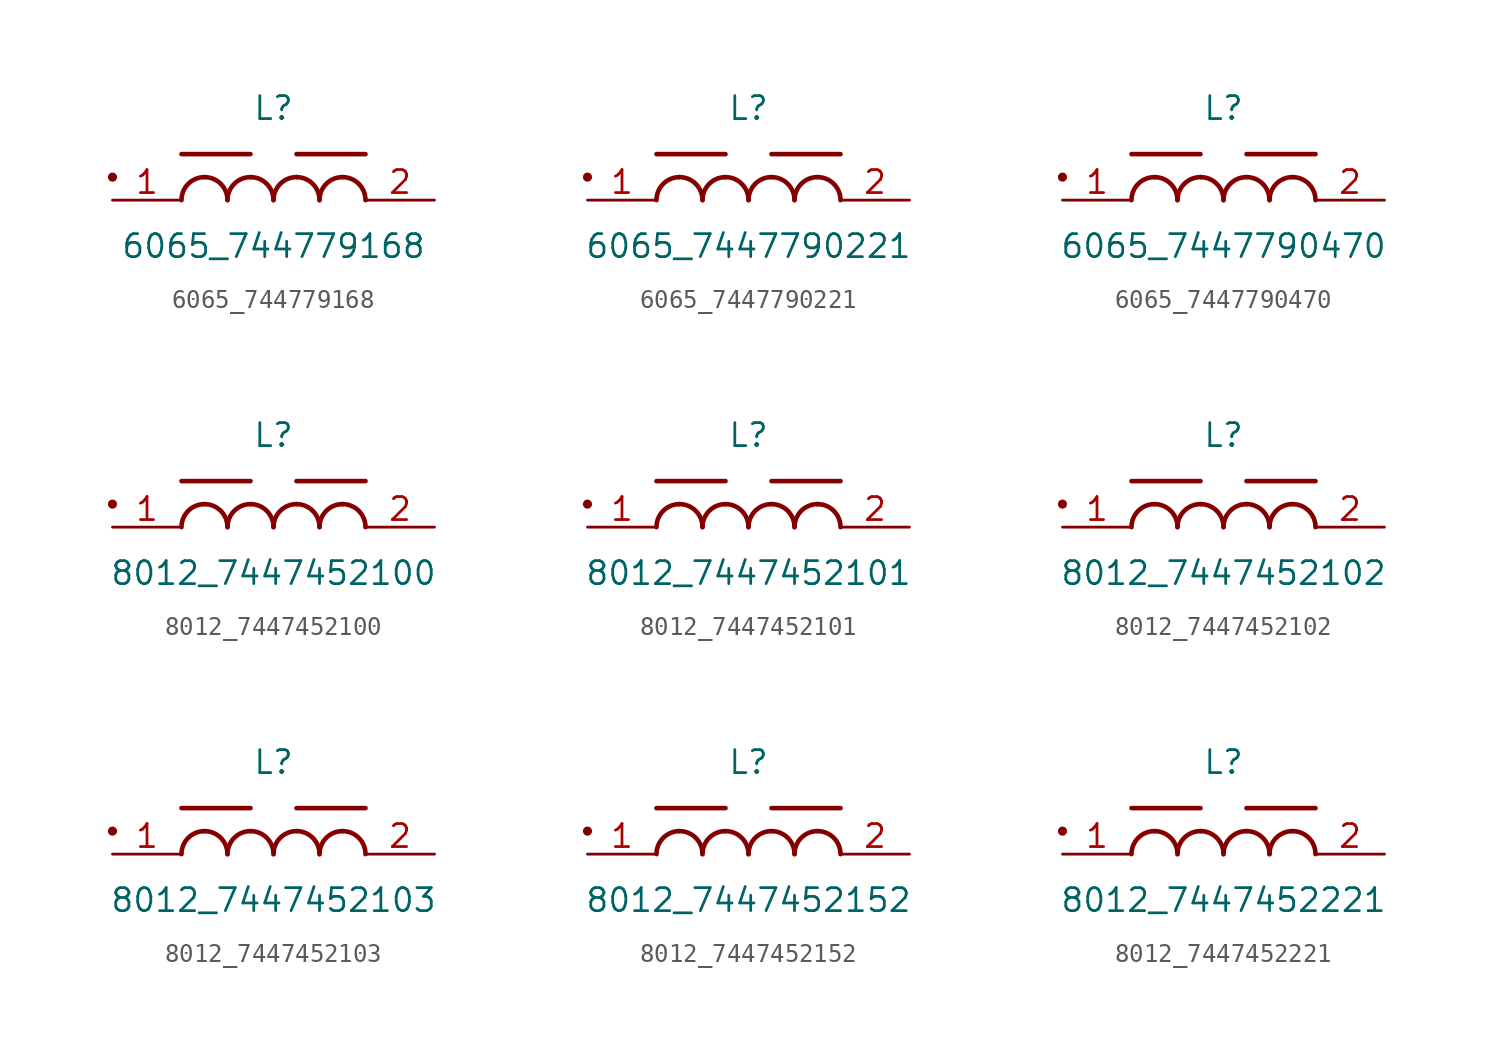
<source format=kicad_sym>
(kicad_symbol_lib
  (version 20211014)
  (generator kicad_symbol_editor)
  (symbol "Inductor_Wurth_WE-TI:6065_744779168"
    (pin_names hide)
    (property "Reference" "L"
      (at 0 5.08 0)
      (effects (font (size 1.27 1.27))))
    (property "Value" "6065_744779168"
      (at 0 -2.54 0)
      (effects (font (size 1.27 1.27))))
    (symbol "6065_744779168_0_1"
      (circle (center -8.89 1.27) (radius 0.0001) (stroke (width 0.254)) (stroke (width 0.254) (type default) (color 0 0 0 0)) (fill (type none)))
      (arc (start -3.81 1.27) (mid -4.708 0.898) (end -5.08 0) (stroke (width 0.254) (type default) (color 0 0 0 0)) (fill (type none)))
      (arc (start -2.54 0) (mid -2.912 0.898) (end -3.81 1.27) (stroke (width 0.254) (type default) (color 0 0 0 0)) (fill (type none)))
      (arc (start -1.2699 1.2701) (mid -2.1679 0.8981) (end -2.5399 0.0001) (stroke (width 0.254) (type default) (color 0 0 0 0)) (fill (type none)))
      (polyline (pts (xy -5.08 2.54) (xy -1.27 2.54)) (stroke (width 0.254) (type default) (color 0 0 0 0)) (fill (type none)))
      (polyline (pts (xy 5.08 2.54) (xy 1.27 2.54)) (stroke (width 0.254) (type default) (color 0 0 0 0)) (fill (type none)))
      (arc (start 0.0001 0.0001) (mid -0.3719 0.8981) (end -1.2699 1.2701) (stroke (width 0.254) (type default) (color 0 0 0 0)) (fill (type none)))
      (arc (start 1.2701 1.2701) (mid 0.3721 0.8981) (end 0.0001 0.0001) (stroke (width 0.254) (type default) (color 0 0 0 0)) (fill (type none)))
      (arc (start 2.5401 0.0001) (mid 2.1681 0.8981) (end 1.2701 1.2701) (stroke (width 0.254) (type default) (color 0 0 0 0)) (fill (type none)))
      (arc (start 3.8101 1.2701) (mid 2.9121 0.8981) (end 2.5401 0.0001) (stroke (width 0.254) (type default) (color 0 0 0 0)) (fill (type none)))
      (arc (start 5.0801 0.0001) (mid 4.7081 0.8981) (end 3.8101 1.2701) (stroke (width 0.254) (type default) (color 0 0 0 0)) (fill (type none))))
    (symbol "6065_744779168_1_1"
      (pin passive line (at -8.89 0 0) (length 3.81) (name "1" (effects (font (size 1.27 1.27)))) (number "1" (effects (font (size 1.27 1.27)))))
      (pin passive line (at 8.89 0 180) (length 3.81) (name "2" (effects (font (size 1.27 1.27)))) (number "2" (effects (font (size 1.27 1.27)))))))
  (symbol "Inductor_Wurth_WE-TI:6065_7447790221"
    (pin_names hide)
    (property "Reference" "L"
      (at 0 5.08 0)
      (effects (font (size 1.27 1.27))))
    (property "Value" "6065_7447790221"
      (at 0 -2.54 0)
      (effects (font (size 1.27 1.27))))
    (symbol "6065_7447790221_0_1"
      (circle (center -8.89 1.27) (radius 0.0001) (stroke (width 0.254)) (stroke (width 0.254) (type default) (color 0 0 0 0)) (fill (type none)))
      (arc (start -3.81 1.27) (mid -4.708 0.898) (end -5.08 0) (stroke (width 0.254) (type default) (color 0 0 0 0)) (fill (type none)))
      (arc (start -2.54 0) (mid -2.912 0.898) (end -3.81 1.27) (stroke (width 0.254) (type default) (color 0 0 0 0)) (fill (type none)))
      (arc (start -1.2699 1.2701) (mid -2.1679 0.8981) (end -2.5399 0.0001) (stroke (width 0.254) (type default) (color 0 0 0 0)) (fill (type none)))
      (polyline (pts (xy -5.08 2.54) (xy -1.27 2.54)) (stroke (width 0.254) (type default) (color 0 0 0 0)) (fill (type none)))
      (polyline (pts (xy 5.08 2.54) (xy 1.27 2.54)) (stroke (width 0.254) (type default) (color 0 0 0 0)) (fill (type none)))
      (arc (start 0.0001 0.0001) (mid -0.3719 0.8981) (end -1.2699 1.2701) (stroke (width 0.254) (type default) (color 0 0 0 0)) (fill (type none)))
      (arc (start 1.2701 1.2701) (mid 0.3721 0.8981) (end 0.0001 0.0001) (stroke (width 0.254) (type default) (color 0 0 0 0)) (fill (type none)))
      (arc (start 2.5401 0.0001) (mid 2.1681 0.8981) (end 1.2701 1.2701) (stroke (width 0.254) (type default) (color 0 0 0 0)) (fill (type none)))
      (arc (start 3.8101 1.2701) (mid 2.9121 0.8981) (end 2.5401 0.0001) (stroke (width 0.254) (type default) (color 0 0 0 0)) (fill (type none)))
      (arc (start 5.0801 0.0001) (mid 4.7081 0.8981) (end 3.8101 1.2701) (stroke (width 0.254) (type default) (color 0 0 0 0)) (fill (type none))))
    (symbol "6065_7447790221_1_1"
      (pin passive line (at -8.89 0 0) (length 3.81) (name "1" (effects (font (size 1.27 1.27)))) (number "1" (effects (font (size 1.27 1.27)))))
      (pin passive line (at 8.89 0 180) (length 3.81) (name "2" (effects (font (size 1.27 1.27)))) (number "2" (effects (font (size 1.27 1.27)))))))
  (symbol "Inductor_Wurth_WE-TI:6065_7447790470"
    (pin_names hide)
    (property "Reference" "L"
      (at 0 5.08 0)
      (effects (font (size 1.27 1.27))))
    (property "Value" "6065_7447790470"
      (at 0 -2.54 0)
      (effects (font (size 1.27 1.27))))
    (symbol "6065_7447790470_0_1"
      (circle (center -8.89 1.27) (radius 0.0001) (stroke (width 0.254)) (stroke (width 0.254) (type default) (color 0 0 0 0)) (fill (type none)))
      (arc (start -3.81 1.27) (mid -4.708 0.898) (end -5.08 0) (stroke (width 0.254) (type default) (color 0 0 0 0)) (fill (type none)))
      (arc (start -2.54 0) (mid -2.912 0.898) (end -3.81 1.27) (stroke (width 0.254) (type default) (color 0 0 0 0)) (fill (type none)))
      (arc (start -1.2699 1.2701) (mid -2.1679 0.8981) (end -2.5399 0.0001) (stroke (width 0.254) (type default) (color 0 0 0 0)) (fill (type none)))
      (polyline (pts (xy -5.08 2.54) (xy -1.27 2.54)) (stroke (width 0.254) (type default) (color 0 0 0 0)) (fill (type none)))
      (polyline (pts (xy 5.08 2.54) (xy 1.27 2.54)) (stroke (width 0.254) (type default) (color 0 0 0 0)) (fill (type none)))
      (arc (start 0.0001 0.0001) (mid -0.3719 0.8981) (end -1.2699 1.2701) (stroke (width 0.254) (type default) (color 0 0 0 0)) (fill (type none)))
      (arc (start 1.2701 1.2701) (mid 0.3721 0.8981) (end 0.0001 0.0001) (stroke (width 0.254) (type default) (color 0 0 0 0)) (fill (type none)))
      (arc (start 2.5401 0.0001) (mid 2.1681 0.8981) (end 1.2701 1.2701) (stroke (width 0.254) (type default) (color 0 0 0 0)) (fill (type none)))
      (arc (start 3.8101 1.2701) (mid 2.9121 0.8981) (end 2.5401 0.0001) (stroke (width 0.254) (type default) (color 0 0 0 0)) (fill (type none)))
      (arc (start 5.0801 0.0001) (mid 4.7081 0.8981) (end 3.8101 1.2701) (stroke (width 0.254) (type default) (color 0 0 0 0)) (fill (type none))))
    (symbol "6065_7447790470_1_1"
      (pin passive line (at -8.89 0 0) (length 3.81) (name "1" (effects (font (size 1.27 1.27)))) (number "1" (effects (font (size 1.27 1.27)))))
      (pin passive line (at 8.89 0 180) (length 3.81) (name "2" (effects (font (size 1.27 1.27)))) (number "2" (effects (font (size 1.27 1.27)))))))
  (symbol "Inductor_Wurth_WE-TI:8012_7447452100"
    (pin_names hide)
    (property "Reference" "L"
      (at 0 5.08 0)
      (effects (font (size 1.27 1.27))))
    (property "Value" "8012_7447452100"
      (at 0 -2.54 0)
      (effects (font (size 1.27 1.27))))
    (symbol "8012_7447452100_0_1"
      (circle (center -8.89 1.27) (radius 0.0001) (stroke (width 0.254)) (stroke (width 0.254) (type default) (color 0 0 0 0)) (fill (type none)))
      (arc (start -3.81 1.27) (mid -4.708 0.898) (end -5.08 0) (stroke (width 0.254) (type default) (color 0 0 0 0)) (fill (type none)))
      (arc (start -2.54 0) (mid -2.912 0.898) (end -3.81 1.27) (stroke (width 0.254) (type default) (color 0 0 0 0)) (fill (type none)))
      (arc (start -1.2699 1.2701) (mid -2.1679 0.8981) (end -2.5399 0.0001) (stroke (width 0.254) (type default) (color 0 0 0 0)) (fill (type none)))
      (polyline (pts (xy -5.08 2.54) (xy -1.27 2.54)) (stroke (width 0.254) (type default) (color 0 0 0 0)) (fill (type none)))
      (polyline (pts (xy 5.08 2.54) (xy 1.27 2.54)) (stroke (width 0.254) (type default) (color 0 0 0 0)) (fill (type none)))
      (arc (start 0.0001 0.0001) (mid -0.3719 0.8981) (end -1.2699 1.2701) (stroke (width 0.254) (type default) (color 0 0 0 0)) (fill (type none)))
      (arc (start 1.2701 1.2701) (mid 0.3721 0.8981) (end 0.0001 0.0001) (stroke (width 0.254) (type default) (color 0 0 0 0)) (fill (type none)))
      (arc (start 2.5401 0.0001) (mid 2.1681 0.8981) (end 1.2701 1.2701) (stroke (width 0.254) (type default) (color 0 0 0 0)) (fill (type none)))
      (arc (start 3.8101 1.2701) (mid 2.9121 0.8981) (end 2.5401 0.0001) (stroke (width 0.254) (type default) (color 0 0 0 0)) (fill (type none)))
      (arc (start 5.0801 0.0001) (mid 4.7081 0.8981) (end 3.8101 1.2701) (stroke (width 0.254) (type default) (color 0 0 0 0)) (fill (type none))))
    (symbol "8012_7447452100_1_1"
      (pin passive line (at -8.89 0 0) (length 3.81) (name "1" (effects (font (size 1.27 1.27)))) (number "1" (effects (font (size 1.27 1.27)))))
      (pin passive line (at 8.89 0 180) (length 3.81) (name "2" (effects (font (size 1.27 1.27)))) (number "2" (effects (font (size 1.27 1.27)))))))
  (symbol "Inductor_Wurth_WE-TI:8012_7447452101"
    (pin_names hide)
    (property "Reference" "L"
      (at 0 5.08 0)
      (effects (font (size 1.27 1.27))))
    (property "Value" "8012_7447452101"
      (at 0 -2.54 0)
      (effects (font (size 1.27 1.27))))
    (symbol "8012_7447452101_0_1"
      (circle (center -8.89 1.27) (radius 0.0001) (stroke (width 0.254)) (stroke (width 0.254) (type default) (color 0 0 0 0)) (fill (type none)))
      (arc (start -3.81 1.27) (mid -4.708 0.898) (end -5.08 0) (stroke (width 0.254) (type default) (color 0 0 0 0)) (fill (type none)))
      (arc (start -2.54 0) (mid -2.912 0.898) (end -3.81 1.27) (stroke (width 0.254) (type default) (color 0 0 0 0)) (fill (type none)))
      (arc (start -1.2699 1.2701) (mid -2.1679 0.8981) (end -2.5399 0.0001) (stroke (width 0.254) (type default) (color 0 0 0 0)) (fill (type none)))
      (polyline (pts (xy -5.08 2.54) (xy -1.27 2.54)) (stroke (width 0.254) (type default) (color 0 0 0 0)) (fill (type none)))
      (polyline (pts (xy 5.08 2.54) (xy 1.27 2.54)) (stroke (width 0.254) (type default) (color 0 0 0 0)) (fill (type none)))
      (arc (start 0.0001 0.0001) (mid -0.3719 0.8981) (end -1.2699 1.2701) (stroke (width 0.254) (type default) (color 0 0 0 0)) (fill (type none)))
      (arc (start 1.2701 1.2701) (mid 0.3721 0.8981) (end 0.0001 0.0001) (stroke (width 0.254) (type default) (color 0 0 0 0)) (fill (type none)))
      (arc (start 2.5401 0.0001) (mid 2.1681 0.8981) (end 1.2701 1.2701) (stroke (width 0.254) (type default) (color 0 0 0 0)) (fill (type none)))
      (arc (start 3.8101 1.2701) (mid 2.9121 0.8981) (end 2.5401 0.0001) (stroke (width 0.254) (type default) (color 0 0 0 0)) (fill (type none)))
      (arc (start 5.0801 0.0001) (mid 4.7081 0.8981) (end 3.8101 1.2701) (stroke (width 0.254) (type default) (color 0 0 0 0)) (fill (type none))))
    (symbol "8012_7447452101_1_1"
      (pin passive line (at -8.89 0 0) (length 3.81) (name "1" (effects (font (size 1.27 1.27)))) (number "1" (effects (font (size 1.27 1.27)))))
      (pin passive line (at 8.89 0 180) (length 3.81) (name "2" (effects (font (size 1.27 1.27)))) (number "2" (effects (font (size 1.27 1.27)))))))
  (symbol "Inductor_Wurth_WE-TI:8012_7447452102"
    (pin_names hide)
    (property "Reference" "L"
      (at 0 5.08 0)
      (effects (font (size 1.27 1.27))))
    (property "Value" "8012_7447452102"
      (at 0 -2.54 0)
      (effects (font (size 1.27 1.27))))
    (symbol "8012_7447452102_0_1"
      (circle (center -8.89 1.27) (radius 0.0001) (stroke (width 0.254)) (stroke (width 0.254) (type default) (color 0 0 0 0)) (fill (type none)))
      (arc (start -3.81 1.27) (mid -4.708 0.898) (end -5.08 0) (stroke (width 0.254) (type default) (color 0 0 0 0)) (fill (type none)))
      (arc (start -2.54 0) (mid -2.912 0.898) (end -3.81 1.27) (stroke (width 0.254) (type default) (color 0 0 0 0)) (fill (type none)))
      (arc (start -1.2699 1.2701) (mid -2.1679 0.8981) (end -2.5399 0.0001) (stroke (width 0.254) (type default) (color 0 0 0 0)) (fill (type none)))
      (polyline (pts (xy -5.08 2.54) (xy -1.27 2.54)) (stroke (width 0.254) (type default) (color 0 0 0 0)) (fill (type none)))
      (polyline (pts (xy 5.08 2.54) (xy 1.27 2.54)) (stroke (width 0.254) (type default) (color 0 0 0 0)) (fill (type none)))
      (arc (start 0.0001 0.0001) (mid -0.3719 0.8981) (end -1.2699 1.2701) (stroke (width 0.254) (type default) (color 0 0 0 0)) (fill (type none)))
      (arc (start 1.2701 1.2701) (mid 0.3721 0.8981) (end 0.0001 0.0001) (stroke (width 0.254) (type default) (color 0 0 0 0)) (fill (type none)))
      (arc (start 2.5401 0.0001) (mid 2.1681 0.8981) (end 1.2701 1.2701) (stroke (width 0.254) (type default) (color 0 0 0 0)) (fill (type none)))
      (arc (start 3.8101 1.2701) (mid 2.9121 0.8981) (end 2.5401 0.0001) (stroke (width 0.254) (type default) (color 0 0 0 0)) (fill (type none)))
      (arc (start 5.0801 0.0001) (mid 4.7081 0.8981) (end 3.8101 1.2701) (stroke (width 0.254) (type default) (color 0 0 0 0)) (fill (type none))))
    (symbol "8012_7447452102_1_1"
      (pin passive line (at -8.89 0 0) (length 3.81) (name "1" (effects (font (size 1.27 1.27)))) (number "1" (effects (font (size 1.27 1.27)))))
      (pin passive line (at 8.89 0 180) (length 3.81) (name "2" (effects (font (size 1.27 1.27)))) (number "2" (effects (font (size 1.27 1.27)))))))
  (symbol "Inductor_Wurth_WE-TI:8012_7447452103"
    (pin_names hide)
    (property "Reference" "L"
      (at 0 5.08 0)
      (effects (font (size 1.27 1.27))))
    (property "Value" "8012_7447452103"
      (at 0 -2.54 0)
      (effects (font (size 1.27 1.27))))
    (symbol "8012_7447452103_0_1"
      (circle (center -8.89 1.27) (radius 0.0001) (stroke (width 0.254)) (stroke (width 0.254) (type default) (color 0 0 0 0)) (fill (type none)))
      (arc (start -3.81 1.27) (mid -4.708 0.898) (end -5.08 0) (stroke (width 0.254) (type default) (color 0 0 0 0)) (fill (type none)))
      (arc (start -2.54 0) (mid -2.912 0.898) (end -3.81 1.27) (stroke (width 0.254) (type default) (color 0 0 0 0)) (fill (type none)))
      (arc (start -1.2699 1.2701) (mid -2.1679 0.8981) (end -2.5399 0.0001) (stroke (width 0.254) (type default) (color 0 0 0 0)) (fill (type none)))
      (polyline (pts (xy -5.08 2.54) (xy -1.27 2.54)) (stroke (width 0.254) (type default) (color 0 0 0 0)) (fill (type none)))
      (polyline (pts (xy 5.08 2.54) (xy 1.27 2.54)) (stroke (width 0.254) (type default) (color 0 0 0 0)) (fill (type none)))
      (arc (start 0.0001 0.0001) (mid -0.3719 0.8981) (end -1.2699 1.2701) (stroke (width 0.254) (type default) (color 0 0 0 0)) (fill (type none)))
      (arc (start 1.2701 1.2701) (mid 0.3721 0.8981) (end 0.0001 0.0001) (stroke (width 0.254) (type default) (color 0 0 0 0)) (fill (type none)))
      (arc (start 2.5401 0.0001) (mid 2.1681 0.8981) (end 1.2701 1.2701) (stroke (width 0.254) (type default) (color 0 0 0 0)) (fill (type none)))
      (arc (start 3.8101 1.2701) (mid 2.9121 0.8981) (end 2.5401 0.0001) (stroke (width 0.254) (type default) (color 0 0 0 0)) (fill (type none)))
      (arc (start 5.0801 0.0001) (mid 4.7081 0.8981) (end 3.8101 1.2701) (stroke (width 0.254) (type default) (color 0 0 0 0)) (fill (type none))))
    (symbol "8012_7447452103_1_1"
      (pin passive line (at -8.89 0 0) (length 3.81) (name "1" (effects (font (size 1.27 1.27)))) (number "1" (effects (font (size 1.27 1.27)))))
      (pin passive line (at 8.89 0 180) (length 3.81) (name "2" (effects (font (size 1.27 1.27)))) (number "2" (effects (font (size 1.27 1.27)))))))
  (symbol "Inductor_Wurth_WE-TI:8012_7447452152"
    (pin_names hide)
    (property "Reference" "L"
      (at 0 5.08 0)
      (effects (font (size 1.27 1.27))))
    (property "Value" "8012_7447452152"
      (at 0 -2.54 0)
      (effects (font (size 1.27 1.27))))
    (symbol "8012_7447452152_0_1"
      (circle (center -8.89 1.27) (radius 0.0001) (stroke (width 0.254)) (stroke (width 0.254) (type default) (color 0 0 0 0)) (fill (type none)))
      (arc (start -3.81 1.27) (mid -4.708 0.898) (end -5.08 0) (stroke (width 0.254) (type default) (color 0 0 0 0)) (fill (type none)))
      (arc (start -2.54 0) (mid -2.912 0.898) (end -3.81 1.27) (stroke (width 0.254) (type default) (color 0 0 0 0)) (fill (type none)))
      (arc (start -1.2699 1.2701) (mid -2.1679 0.8981) (end -2.5399 0.0001) (stroke (width 0.254) (type default) (color 0 0 0 0)) (fill (type none)))
      (polyline (pts (xy -5.08 2.54) (xy -1.27 2.54)) (stroke (width 0.254) (type default) (color 0 0 0 0)) (fill (type none)))
      (polyline (pts (xy 5.08 2.54) (xy 1.27 2.54)) (stroke (width 0.254) (type default) (color 0 0 0 0)) (fill (type none)))
      (arc (start 0.0001 0.0001) (mid -0.3719 0.8981) (end -1.2699 1.2701) (stroke (width 0.254) (type default) (color 0 0 0 0)) (fill (type none)))
      (arc (start 1.2701 1.2701) (mid 0.3721 0.8981) (end 0.0001 0.0001) (stroke (width 0.254) (type default) (color 0 0 0 0)) (fill (type none)))
      (arc (start 2.5401 0.0001) (mid 2.1681 0.8981) (end 1.2701 1.2701) (stroke (width 0.254) (type default) (color 0 0 0 0)) (fill (type none)))
      (arc (start 3.8101 1.2701) (mid 2.9121 0.8981) (end 2.5401 0.0001) (stroke (width 0.254) (type default) (color 0 0 0 0)) (fill (type none)))
      (arc (start 5.0801 0.0001) (mid 4.7081 0.8981) (end 3.8101 1.2701) (stroke (width 0.254) (type default) (color 0 0 0 0)) (fill (type none))))
    (symbol "8012_7447452152_1_1"
      (pin passive line (at -8.89 0 0) (length 3.81) (name "1" (effects (font (size 1.27 1.27)))) (number "1" (effects (font (size 1.27 1.27)))))
      (pin passive line (at 8.89 0 180) (length 3.81) (name "2" (effects (font (size 1.27 1.27)))) (number "2" (effects (font (size 1.27 1.27)))))))
  (symbol "Inductor_Wurth_WE-TI:8012_7447452221"
    (pin_names hide)
    (property "Reference" "L"
      (at 0 5.08 0)
      (effects (font (size 1.27 1.27))))
    (property "Value" "8012_7447452221"
      (at 0 -2.54 0)
      (effects (font (size 1.27 1.27))))
    (symbol "8012_7447452221_0_1"
      (circle (center -8.89 1.27) (radius 0.0001) (stroke (width 0.254)) (stroke (width 0.254) (type default) (color 0 0 0 0)) (fill (type none)))
      (arc (start -3.81 1.27) (mid -4.708 0.898) (end -5.08 0) (stroke (width 0.254) (type default) (color 0 0 0 0)) (fill (type none)))
      (arc (start -2.54 0) (mid -2.912 0.898) (end -3.81 1.27) (stroke (width 0.254) (type default) (color 0 0 0 0)) (fill (type none)))
      (arc (start -1.2699 1.2701) (mid -2.1679 0.8981) (end -2.5399 0.0001) (stroke (width 0.254) (type default) (color 0 0 0 0)) (fill (type none)))
      (polyline (pts (xy -5.08 2.54) (xy -1.27 2.54)) (stroke (width 0.254) (type default) (color 0 0 0 0)) (fill (type none)))
      (polyline (pts (xy 5.08 2.54) (xy 1.27 2.54)) (stroke (width 0.254) (type default) (color 0 0 0 0)) (fill (type none)))
      (arc (start 0.0001 0.0001) (mid -0.3719 0.8981) (end -1.2699 1.2701) (stroke (width 0.254) (type default) (color 0 0 0 0)) (fill (type none)))
      (arc (start 1.2701 1.2701) (mid 0.3721 0.8981) (end 0.0001 0.0001) (stroke (width 0.254) (type default) (color 0 0 0 0)) (fill (type none)))
      (arc (start 2.5401 0.0001) (mid 2.1681 0.8981) (end 1.2701 1.2701) (stroke (width 0.254) (type default) (color 0 0 0 0)) (fill (type none)))
      (arc (start 3.8101 1.2701) (mid 2.9121 0.8981) (end 2.5401 0.0001) (stroke (width 0.254) (type default) (color 0 0 0 0)) (fill (type none)))
      (arc (start 5.0801 0.0001) (mid 4.7081 0.8981) (end 3.8101 1.2701) (stroke (width 0.254) (type default) (color 0 0 0 0)) (fill (type none))))
    (symbol "8012_7447452221_1_1"
      (pin passive line (at -8.89 0 0) (length 3.81) (name "1" (effects (font (size 1.27 1.27)))) (number "1" (effects (font (size 1.27 1.27)))))
      (pin passive line (at 8.89 0 180) (length 3.81) (name "2" (effects (font (size 1.27 1.27)))) (number "2" (effects (font (size 1.27 1.27))))))))
</source>
